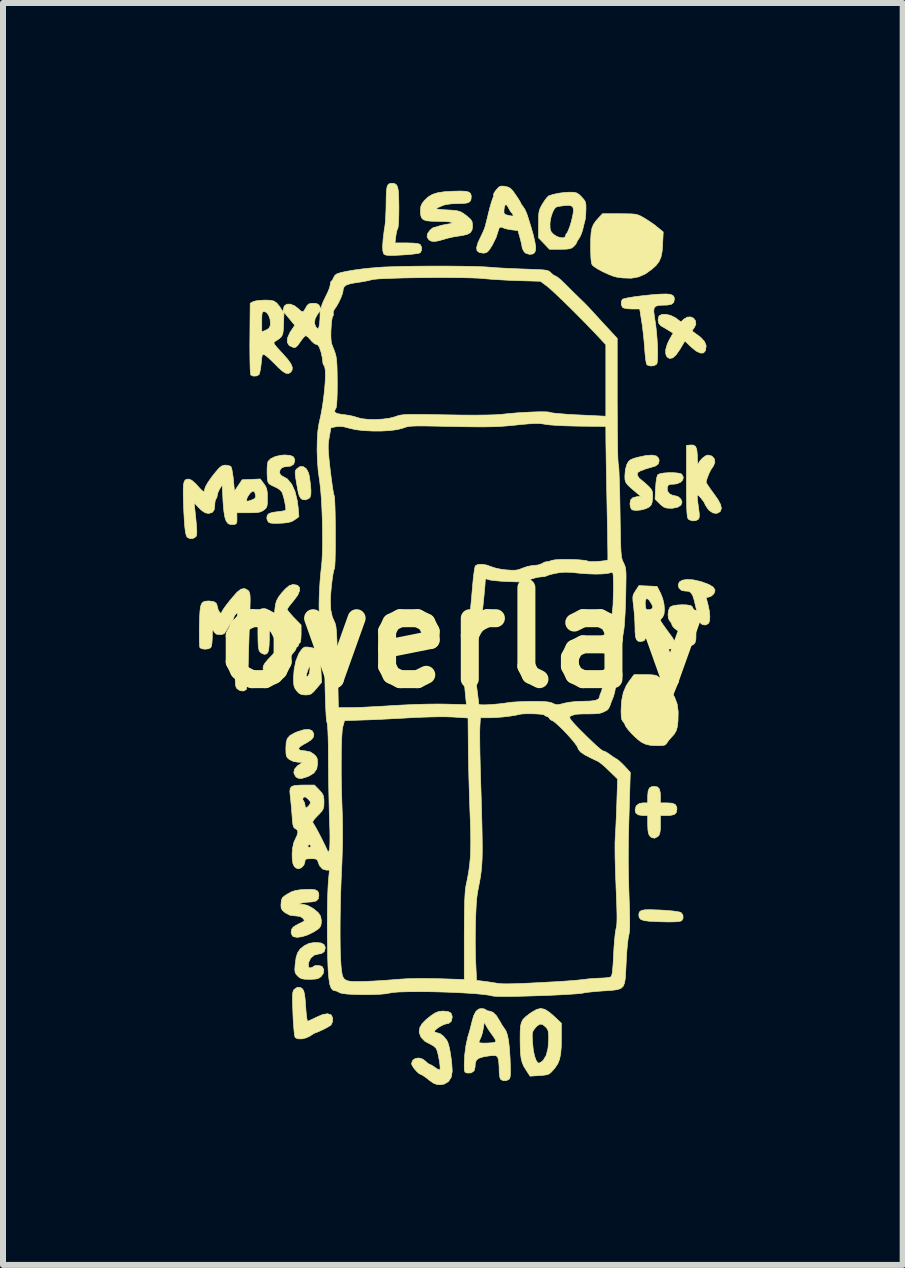
<source format=kicad_pcb>
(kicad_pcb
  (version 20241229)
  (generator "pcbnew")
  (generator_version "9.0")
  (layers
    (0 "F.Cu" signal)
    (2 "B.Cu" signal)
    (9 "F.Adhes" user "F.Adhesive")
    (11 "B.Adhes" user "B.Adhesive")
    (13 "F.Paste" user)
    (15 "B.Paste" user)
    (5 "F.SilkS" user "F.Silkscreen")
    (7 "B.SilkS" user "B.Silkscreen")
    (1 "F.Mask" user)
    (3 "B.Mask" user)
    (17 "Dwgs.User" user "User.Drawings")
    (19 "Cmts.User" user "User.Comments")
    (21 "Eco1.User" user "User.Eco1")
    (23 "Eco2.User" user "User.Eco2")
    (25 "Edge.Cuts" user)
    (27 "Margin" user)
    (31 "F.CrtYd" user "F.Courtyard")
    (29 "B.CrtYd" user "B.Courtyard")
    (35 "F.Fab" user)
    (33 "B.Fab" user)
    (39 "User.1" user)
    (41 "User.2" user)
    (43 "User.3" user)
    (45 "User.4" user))
  (footprint "overlay"
    (layer "F.Cu")
    (at 4.637 7.583)
    (property "Reference" "overlay" (at 0 0 0) (layer "F.SilkS") (effects (font (size 1.524 1.524) (thickness 0.3))))
    (attr through_hole)
    (fp_poly (pts (xy -2.63 -2.854) (xy -2.581 -2.819) (xy -2.545 -2.753) (xy -2.531 -2.699) (xy -2.511 -2.559) (xy -2.503 -2.455) (xy -2.505 -2.384) (xy -2.519 -2.341) (xy -2.529 -2.329) (xy -2.589 -2.299) (xy -2.646 -2.305) (xy -2.675 -2.327) (xy -2.7 -2.372) (xy -2.715 -2.424) (xy -2.738 -2.552) (xy -2.754 -2.645) (xy -2.763 -2.71) (xy -2.766 -2.752) (xy -2.764 -2.779) (xy -2.756 -2.797) (xy -2.744 -2.812) (xy -2.74 -2.817) (xy -2.685 -2.855) (xy -2.63 -2.854)) (stroke (width 0.01) (type solid)) (fill yes) (layer "F.SilkS"))
    (fp_poly (pts (xy 3.279 4.537) (xy 3.327 4.539) (xy 3.438 4.546) (xy 3.536 4.555) (xy 3.612 4.566) (xy 3.658 4.576) (xy 3.665 4.579) (xy 3.698 4.621) (xy 3.701 4.675) (xy 3.679 4.716) (xy 3.644 4.728) (xy 3.57 4.735) (xy 3.462 4.737) (xy 3.323 4.734) (xy 3.156 4.726) (xy 3.144 4.726) (xy 3.053 4.715) (xy 2.997 4.696) (xy 2.969 4.663) (xy 2.963 4.625) (xy 2.967 4.587) (xy 2.983 4.56) (xy 3.017 4.543) (xy 3.073 4.534) (xy 3.159 4.533) (xy 3.279 4.537)) (stroke (width 0.01) (type solid)) (fill yes) (layer "F.SilkS"))
    (fp_poly (pts (xy -3.257 -0.484) (xy -3.233 -0.47) (xy -3.215 -0.44) (xy -3.205 -0.389) (xy -3.199 -0.31) (xy -3.196 -0.199) (xy -3.196 -0.106) (xy -3.197 0.031) (xy -3.201 0.131) (xy -3.208 0.199) (xy -3.221 0.242) (xy -3.24 0.266) (xy -3.266 0.274) (xy -3.282 0.275) (xy -3.322 0.26) (xy -3.352 0.236) (xy -3.366 0.215) (xy -3.375 0.181) (xy -3.382 0.128) (xy -3.385 0.05) (xy -3.387 -0.061) (xy -3.387 -0.119) (xy -3.386 -0.253) (xy -3.382 -0.349) (xy -3.374 -0.415) (xy -3.36 -0.456) (xy -3.339 -0.478) (xy -3.31 -0.486) (xy -3.291 -0.487) (xy -3.257 -0.484)) (stroke (width 0.01) (type solid)) (fill yes) (layer "F.SilkS"))
    (fp_poly (pts (xy 3.616 -2.746) (xy 3.667 -2.734) (xy 3.679 -2.726) (xy 3.705 -2.678) (xy 3.695 -2.631) (xy 3.655 -2.591) (xy 3.591 -2.566) (xy 3.539 -2.561) (xy 3.481 -2.558) (xy 3.452 -2.542) (xy 3.438 -2.508) (xy 3.437 -2.507) (xy 3.441 -2.446) (xy 3.477 -2.398) (xy 3.537 -2.372) (xy 3.556 -2.371) (xy 3.615 -2.355) (xy 3.662 -2.315) (xy 3.683 -2.264) (xy 3.683 -2.261) (xy 3.664 -2.211) (xy 3.609 -2.176) (xy 3.526 -2.16) (xy 3.497 -2.159) (xy 3.427 -2.163) (xy 3.378 -2.18) (xy 3.329 -2.218) (xy 3.311 -2.236) (xy 3.234 -2.313) (xy 3.242 -2.499) (xy 3.25 -2.596) (xy 3.262 -2.672) (xy 3.277 -2.715) (xy 3.279 -2.718) (xy 3.314 -2.735) (xy 3.379 -2.747) (xy 3.459 -2.753) (xy 3.542 -2.753) (xy 3.616 -2.746)) (stroke (width 0.01) (type solid)) (fill yes) (layer "F.SilkS"))
    (fp_poly (pts (xy 3.872 -0.966) (xy 3.993 -0.939) (xy 4.023 -0.929) (xy 4.13 -0.889) (xy 4.197 -0.849) (xy 4.229 -0.807) (xy 4.233 -0.783) (xy 4.216 -0.737) (xy 4.174 -0.697) (xy 4.125 -0.678) (xy 4.121 -0.677) (xy 4.09 -0.675) (xy 4.085 -0.672) (xy 4.091 -0.65) (xy 4.104 -0.6) (xy 4.117 -0.55) (xy 4.139 -0.445) (xy 4.147 -0.351) (xy 4.142 -0.278) (xy 4.123 -0.237) (xy 4.074 -0.213) (xy 4.021 -0.221) (xy 3.986 -0.251) (xy 3.971 -0.288) (xy 3.952 -0.355) (xy 3.93 -0.443) (xy 3.914 -0.51) (xy 3.887 -0.625) (xy 3.862 -0.703) (xy 3.833 -0.75) (xy 3.799 -0.774) (xy 3.754 -0.779) (xy 3.744 -0.778) (xy 3.677 -0.789) (xy 3.633 -0.829) (xy 3.619 -0.88) (xy 3.638 -0.93) (xy 3.69 -0.961) (xy 3.769 -0.973) (xy 3.872 -0.966)) (stroke (width 0.01) (type solid)) (fill yes) (layer "F.SilkS"))
    (fp_poly (pts (xy 2.757 -7.069) (xy 2.84 -7.067) (xy 2.899 -7.062) (xy 2.944 -7.052) (xy 2.986 -7.035) (xy 3.033 -7.01) (xy 3.045 -7.003) (xy 3.131 -6.949) (xy 3.221 -6.887) (xy 3.267 -6.85) (xy 3.37 -6.766) (xy 3.36 -6.563) (xy 3.351 -6.438) (xy 3.332 -6.345) (xy 3.3 -6.272) (xy 3.25 -6.207) (xy 3.179 -6.143) (xy 3.07 -6.065) (xy 2.96 -6.017) (xy 2.839 -5.995) (xy 2.698 -5.999) (xy 2.603 -6.011) (xy 2.538 -6.028) (xy 2.454 -6.061) (xy 2.365 -6.102) (xy 2.282 -6.146) (xy 2.218 -6.188) (xy 2.185 -6.217) (xy 2.172 -6.256) (xy 2.164 -6.333) (xy 2.16 -6.45) (xy 2.159 -6.524) (xy 2.161 -6.656) (xy 2.168 -6.755) (xy 2.182 -6.831) (xy 2.207 -6.892) (xy 2.245 -6.947) (xy 2.293 -7.001) (xy 2.358 -7.07) (xy 2.642 -7.07) (xy 2.757 -7.069)) (stroke (width 0.01) (type solid)) (fill yes) (layer "F.SilkS"))
    (fp_poly (pts (xy 3.273 2.486) (xy 3.306 2.52) (xy 3.321 2.585) (xy 3.323 2.639) (xy 3.323 2.752) (xy 3.435 2.752) (xy 3.521 2.758) (xy 3.572 2.78) (xy 3.595 2.822) (xy 3.598 2.857) (xy 3.588 2.913) (xy 3.554 2.946) (xy 3.49 2.961) (xy 3.435 2.963) (xy 3.323 2.963) (xy 3.323 3.119) (xy 3.321 3.206) (xy 3.312 3.262) (xy 3.296 3.297) (xy 3.284 3.309) (xy 3.228 3.341) (xy 3.176 3.331) (xy 3.147 3.306) (xy 3.126 3.268) (xy 3.115 3.206) (xy 3.111 3.115) (xy 3.111 2.963) (xy 3.031 2.963) (xy 2.954 2.952) (xy 2.911 2.918) (xy 2.901 2.869) (xy 2.919 2.803) (xy 2.969 2.763) (xy 3.034 2.752) (xy 3.111 2.752) (xy 3.111 2.639) (xy 3.118 2.554) (xy 3.14 2.503) (xy 3.182 2.48) (xy 3.217 2.477) (xy 3.273 2.486)) (stroke (width 0.01) (type solid)) (fill yes) (layer "F.SilkS"))
    (fp_poly (pts (xy -2.522 0.159) (xy -2.458 0.172) (xy -2.41 0.187) (xy -2.399 0.193) (xy -2.378 0.228) (xy -2.361 0.297) (xy -2.347 0.401) (xy -2.336 0.545) (xy -2.336 0.556) (xy -2.325 0.742) (xy -2.413 0.847) (xy -2.464 0.905) (xy -2.503 0.937) (xy -2.543 0.95) (xy -2.593 0.953) (xy -2.659 0.947) (xy -2.706 0.922) (xy -2.739 0.887) (xy -2.769 0.845) (xy -2.786 0.801) (xy -2.793 0.739) (xy -2.794 0.677) (xy -2.792 0.642) (xy -2.58 0.642) (xy -2.563 0.644) (xy -2.551 0.635) (xy -2.529 0.595) (xy -2.52 0.534) (xy -2.52 0.532) (xy -2.522 0.455) (xy -2.551 0.529) (xy -2.576 0.604) (xy -2.58 0.642) (xy -2.792 0.642) (xy -2.783 0.525) (xy -2.754 0.385) (xy -2.708 0.269) (xy -2.675 0.218) (xy -2.638 0.173) (xy -2.606 0.154) (xy -2.559 0.154) (xy -2.522 0.159)) (stroke (width 0.01) (type solid)) (fill yes) (layer "F.SilkS"))
    (fp_poly (pts (xy -2.338 5.087) (xy -2.287 5.112) (xy -2.266 5.156) (xy -2.265 5.175) (xy -2.282 5.233) (xy -2.331 5.265) (xy -2.372 5.271) (xy -2.448 5.29) (xy -2.508 5.341) (xy -2.542 5.414) (xy -2.544 5.429) (xy -2.546 5.48) (xy -2.532 5.501) (xy -2.516 5.503) (xy -2.477 5.493) (xy -2.466 5.482) (xy -2.434 5.465) (xy -2.384 5.462) (xy -2.333 5.473) (xy -2.311 5.486) (xy -2.288 5.537) (xy -2.298 5.597) (xy -2.335 5.648) (xy -2.371 5.674) (xy -2.416 5.688) (xy -2.485 5.693) (xy -2.526 5.694) (xy -2.607 5.692) (xy -2.659 5.683) (xy -2.696 5.664) (xy -2.724 5.639) (xy -2.753 5.606) (xy -2.768 5.573) (xy -2.772 5.527) (xy -2.767 5.454) (xy -2.766 5.443) (xy -2.751 5.331) (xy -2.725 5.25) (xy -2.683 5.189) (xy -2.62 5.138) (xy -2.615 5.134) (xy -2.534 5.094) (xy -2.443 5.08) (xy -2.424 5.08) (xy -2.338 5.087)) (stroke (width 0.01) (type solid)) (fill yes) (layer "F.SilkS"))
    (fp_poly (pts (xy 3.492 -5.375) (xy 3.567 -5.339) (xy 3.589 -5.324) (xy 3.665 -5.266) (xy 3.712 -5.311) (xy 3.772 -5.347) (xy 3.831 -5.349) (xy 3.879 -5.325) (xy 3.909 -5.282) (xy 3.914 -5.227) (xy 3.886 -5.167) (xy 3.879 -5.159) (xy 3.855 -5.128) (xy 3.862 -5.106) (xy 3.894 -5.083) (xy 3.994 -5.009) (xy 4.056 -4.942) (xy 4.083 -4.88) (xy 4.085 -4.86) (xy 4.074 -4.787) (xy 4.041 -4.749) (xy 3.989 -4.747) (xy 3.919 -4.78) (xy 3.839 -4.845) (xy 3.731 -4.948) (xy 3.647 -4.807) (xy 3.584 -4.716) (xy 3.527 -4.666) (xy 3.475 -4.657) (xy 3.434 -4.681) (xy 3.411 -4.733) (xy 3.412 -4.808) (xy 3.438 -4.898) (xy 3.471 -4.967) (xy 3.535 -5.079) (xy 3.455 -5.128) (xy 3.396 -5.164) (xy 3.344 -5.194) (xy 3.334 -5.199) (xy 3.298 -5.239) (xy 3.284 -5.298) (xy 3.295 -5.355) (xy 3.305 -5.369) (xy 3.349 -5.392) (xy 3.415 -5.393) (xy 3.492 -5.375)) (stroke (width 0.01) (type solid)) (fill yes) (layer "F.SilkS"))
    (fp_poly (pts (xy -2.486 1.547) (xy -2.458 1.595) (xy -2.455 1.62) (xy -2.465 1.66) (xy -2.497 1.698) (xy -2.558 1.74) (xy -2.629 1.779) (xy -2.69 1.818) (xy -2.709 1.85) (xy -2.688 1.873) (xy -2.626 1.883) (xy -2.603 1.884) (xy -2.515 1.902) (xy -2.457 1.939) (xy -2.415 1.98) (xy -2.396 2.025) (xy -2.392 2.092) (xy -2.392 2.094) (xy -2.406 2.184) (xy -2.453 2.253) (xy -2.535 2.305) (xy -2.577 2.321) (xy -2.654 2.344) (xy -2.705 2.345) (xy -2.744 2.326) (xy -2.761 2.309) (xy -2.789 2.251) (xy -2.778 2.191) (xy -2.728 2.134) (xy -2.711 2.123) (xy -2.64 2.074) (xy -2.719 2.074) (xy -2.799 2.06) (xy -2.86 2.031) (xy -2.892 2.004) (xy -2.911 1.975) (xy -2.919 1.931) (xy -2.921 1.859) (xy -2.921 1.842) (xy -2.916 1.745) (xy -2.896 1.678) (xy -2.854 1.63) (xy -2.782 1.589) (xy -2.737 1.569) (xy -2.628 1.534) (xy -2.543 1.526) (xy -2.486 1.547)) (stroke (width 0.01) (type solid)) (fill yes) (layer "F.SilkS"))
    (fp_poly (pts (xy -2.674 5.831) (xy -2.64 5.858) (xy -2.623 5.89) (xy -2.609 5.948) (xy -2.599 6.037) (xy -2.591 6.144) (xy -2.584 6.241) (xy -2.575 6.32) (xy -2.567 6.373) (xy -2.559 6.392) (xy -2.533 6.383) (xy -2.481 6.359) (xy -2.42 6.329) (xy -2.31 6.281) (xy -2.227 6.267) (xy -2.17 6.285) (xy -2.163 6.291) (xy -2.141 6.339) (xy -2.143 6.4) (xy -2.167 6.452) (xy -2.175 6.46) (xy -2.21 6.483) (xy -2.266 6.514) (xy -2.33 6.545) (xy -2.386 6.57) (xy -2.422 6.583) (xy -2.424 6.583) (xy -2.448 6.594) (xy -2.492 6.621) (xy -2.514 6.636) (xy -2.584 6.67) (xy -2.659 6.687) (xy -2.724 6.685) (xy -2.767 6.663) (xy -2.767 6.662) (xy -2.775 6.633) (xy -2.783 6.569) (xy -2.791 6.478) (xy -2.799 6.367) (xy -2.803 6.269) (xy -2.808 6.134) (xy -2.811 6.035) (xy -2.81 5.966) (xy -2.806 5.919) (xy -2.799 5.889) (xy -2.787 5.868) (xy -2.781 5.861) (xy -2.728 5.825) (xy -2.674 5.831)) (stroke (width 0.01) (type solid)) (fill yes) (layer "F.SilkS"))
    (fp_poly (pts (xy 3.758 -0.549) (xy 3.82 -0.539) (xy 3.848 -0.525) (xy 3.875 -0.474) (xy 3.868 -0.421) (xy 3.833 -0.378) (xy 3.778 -0.36) (xy 3.774 -0.36) (xy 3.734 -0.349) (xy 3.729 -0.326) (xy 3.762 -0.303) (xy 3.762 -0.303) (xy 3.802 -0.28) (xy 3.852 -0.242) (xy 3.858 -0.236) (xy 3.89 -0.201) (xy 3.908 -0.163) (xy 3.915 -0.107) (xy 3.916 -0.05) (xy 3.914 0.026) (xy 3.904 0.073) (xy 3.885 0.102) (xy 3.869 0.115) (xy 3.812 0.139) (xy 3.743 0.147) (xy 3.68 0.139) (xy 3.642 0.118) (xy 3.622 0.065) (xy 3.635 0.01) (xy 3.674 -0.03) (xy 3.678 -0.031) (xy 3.718 -0.056) (xy 3.717 -0.075) (xy 3.674 -0.093) (xy 3.667 -0.095) (xy 3.611 -0.119) (xy 3.558 -0.158) (xy 3.522 -0.199) (xy 3.514 -0.223) (xy 3.499 -0.257) (xy 3.482 -0.275) (xy 3.458 -0.319) (xy 3.45 -0.383) (xy 3.457 -0.451) (xy 3.48 -0.505) (xy 3.489 -0.515) (xy 3.531 -0.534) (xy 3.599 -0.546) (xy 3.68 -0.551) (xy 3.758 -0.549)) (stroke (width 0.01) (type solid)) (fill yes) (layer "F.SilkS"))
    (fp_poly (pts (xy -1.112 -7.573) (xy -1.082 -7.556) (xy -1.061 -7.521) (xy -1.048 -7.462) (xy -1.041 -7.375) (xy -1.038 -7.253) (xy -1.037 -7.173) (xy -1.038 -7.058) (xy -1.041 -6.959) (xy -1.046 -6.882) (xy -1.052 -6.835) (xy -1.056 -6.825) (xy -1.069 -6.794) (xy -1.082 -6.736) (xy -1.088 -6.694) (xy -1.102 -6.583) (xy -0.905 -6.583) (xy -0.796 -6.58) (xy -0.721 -6.572) (xy -0.682 -6.558) (xy -0.682 -6.557) (xy -0.659 -6.512) (xy -0.661 -6.457) (xy -0.683 -6.418) (xy -0.713 -6.409) (xy -0.776 -6.4) (xy -0.865 -6.39) (xy -0.968 -6.383) (xy -0.985 -6.382) (xy -1.1 -6.376) (xy -1.18 -6.374) (xy -1.233 -6.377) (xy -1.265 -6.384) (xy -1.285 -6.396) (xy -1.29 -6.401) (xy -1.304 -6.446) (xy -1.308 -6.527) (xy -1.3 -6.644) (xy -1.282 -6.791) (xy -1.271 -6.858) (xy -1.263 -6.925) (xy -1.257 -7.022) (xy -1.252 -7.135) (xy -1.25 -7.251) (xy -1.248 -7.376) (xy -1.243 -7.465) (xy -1.233 -7.523) (xy -1.215 -7.557) (xy -1.189 -7.574) (xy -1.153 -7.578) (xy -1.112 -7.573)) (stroke (width 0.01) (type solid)) (fill yes) (layer "F.SilkS"))
    (fp_poly (pts (xy 3.168 0.616) (xy 3.233 0.623) (xy 3.27 0.636) (xy 3.281 0.646) (xy 3.321 0.673) (xy 3.344 0.677) (xy 3.389 0.695) (xy 3.43 0.735) (xy 3.45 0.781) (xy 3.45 0.785) (xy 3.462 0.824) (xy 3.485 0.866) (xy 3.56 0.99) (xy 3.603 1.106) (xy 3.619 1.231) (xy 3.619 1.259) (xy 3.616 1.386) (xy 3.606 1.48) (xy 3.586 1.55) (xy 3.554 1.605) (xy 3.523 1.64) (xy 3.476 1.692) (xy 3.438 1.741) (xy 3.431 1.754) (xy 3.413 1.778) (xy 3.386 1.791) (xy 3.338 1.797) (xy 3.259 1.797) (xy 3.254 1.797) (xy 3.158 1.792) (xy 3.087 1.778) (xy 3.025 1.75) (xy 3.011 1.743) (xy 2.96 1.706) (xy 2.899 1.652) (xy 2.837 1.59) (xy 2.783 1.529) (xy 2.745 1.477) (xy 2.731 1.445) (xy 2.716 1.415) (xy 2.699 1.397) (xy 2.68 1.366) (xy 2.67 1.306) (xy 2.667 1.216) (xy 2.676 1.051) (xy 2.704 0.914) (xy 2.753 0.798) (xy 2.801 0.725) (xy 2.884 0.614) (xy 3.069 0.614) (xy 3.168 0.616)) (stroke (width 0.01) (type solid)) (fill yes) (layer "F.SilkS"))
    (fp_poly (pts (xy 3.489 -5.726) (xy 3.532 -5.707) (xy 3.552 -5.676) (xy 3.556 -5.643) (xy 3.545 -5.592) (xy 3.508 -5.561) (xy 3.44 -5.547) (xy 3.386 -5.546) (xy 3.3 -5.543) (xy 3.245 -5.528) (xy 3.218 -5.496) (xy 3.212 -5.439) (xy 3.224 -5.35) (xy 3.228 -5.323) (xy 3.245 -5.215) (xy 3.258 -5.095) (xy 3.268 -4.97) (xy 3.275 -4.849) (xy 3.277 -4.739) (xy 3.275 -4.649) (xy 3.269 -4.586) (xy 3.26 -4.562) (xy 3.218 -4.537) (xy 3.161 -4.531) (xy 3.111 -4.544) (xy 3.096 -4.556) (xy 3.086 -4.587) (xy 3.076 -4.65) (xy 3.067 -4.736) (xy 3.061 -4.815) (xy 3.051 -4.942) (xy 3.036 -5.084) (xy 3.02 -5.216) (xy 3.012 -5.265) (xy 2.978 -5.482) (xy 2.848 -5.482) (xy 2.773 -5.486) (xy 2.716 -5.497) (xy 2.692 -5.508) (xy 2.671 -5.551) (xy 2.67 -5.603) (xy 2.689 -5.642) (xy 2.693 -5.645) (xy 2.729 -5.657) (xy 2.798 -5.671) (xy 2.892 -5.686) (xy 3.002 -5.7) (xy 3.119 -5.713) (xy 3.235 -5.724) (xy 3.309 -5.729) (xy 3.417 -5.732) (xy 3.489 -5.726)) (stroke (width 0.01) (type solid)) (fill yes) (layer "F.SilkS"))
    (fp_poly (pts (xy 3.256 -3.031) (xy 3.294 -2.993) (xy 3.302 -2.951) (xy 3.288 -2.899) (xy 3.241 -2.864) (xy 3.185 -2.847) (xy 3.079 -2.816) (xy 3.048 -2.804) (xy 3.022 -2.794) (xy 2.992 -2.784) (xy 2.945 -2.755) (xy 2.937 -2.713) (xy 2.967 -2.664) (xy 3.003 -2.633) (xy 3.067 -2.58) (xy 3.128 -2.524) (xy 3.139 -2.513) (xy 3.174 -2.471) (xy 3.19 -2.429) (xy 3.193 -2.37) (xy 3.192 -2.333) (xy 3.185 -2.26) (xy 3.169 -2.215) (xy 3.139 -2.183) (xy 3.133 -2.179) (xy 3.076 -2.151) (xy 3.004 -2.132) (xy 2.93 -2.124) (xy 2.87 -2.128) (xy 2.842 -2.141) (xy 2.823 -2.18) (xy 2.815 -2.235) (xy 2.826 -2.299) (xy 2.864 -2.336) (xy 2.932 -2.353) (xy 2.995 -2.36) (xy 2.944 -2.402) (xy 2.857 -2.475) (xy 2.798 -2.528) (xy 2.761 -2.568) (xy 2.741 -2.603) (xy 2.732 -2.641) (xy 2.731 -2.688) (xy 2.731 -2.707) (xy 2.739 -2.804) (xy 2.762 -2.886) (xy 2.768 -2.899) (xy 2.793 -2.941) (xy 2.826 -2.969) (xy 2.879 -2.991) (xy 2.942 -3.009) (xy 3.081 -3.039) (xy 3.185 -3.046) (xy 3.256 -3.031)) (stroke (width 0.01) (type solid)) (fill yes) (layer "F.SilkS"))
    (fp_poly (pts (xy -2.85 -3.041) (xy -2.798 -3.019) (xy -2.775 -2.978) (xy -2.773 -2.953) (xy -2.79 -2.895) (xy -2.839 -2.863) (xy -2.884 -2.857) (xy -2.945 -2.85) (xy -2.986 -2.836) (xy -3.018 -2.8) (xy -3.026 -2.753) (xy -3.008 -2.713) (xy -2.986 -2.699) (xy -2.897 -2.649) (xy -2.824 -2.561) (xy -2.768 -2.438) (xy -2.73 -2.281) (xy -2.716 -2.168) (xy -2.704 -2.018) (xy -2.774 -1.968) (xy -2.821 -1.94) (xy -2.878 -1.923) (xy -2.957 -1.913) (xy -3.015 -1.91) (xy -3.114 -1.907) (xy -3.178 -1.913) (xy -3.211 -1.928) (xy -3.212 -1.928) (xy -3.234 -1.971) (xy -3.239 -2.002) (xy -3.23 -2.045) (xy -3.2 -2.073) (xy -3.141 -2.091) (xy -3.062 -2.102) (xy -2.993 -2.11) (xy -2.943 -2.12) (xy -2.925 -2.127) (xy -2.922 -2.153) (xy -2.929 -2.208) (xy -2.942 -2.277) (xy -2.959 -2.347) (xy -2.977 -2.406) (xy -2.991 -2.437) (xy -3.027 -2.472) (xy -3.081 -2.505) (xy -3.09 -2.509) (xy -3.158 -2.54) (xy -3.2 -2.567) (xy -3.221 -2.6) (xy -3.23 -2.653) (xy -3.234 -2.735) (xy -3.234 -2.738) (xy -3.234 -2.821) (xy -3.229 -2.892) (xy -3.22 -2.936) (xy -3.219 -2.939) (xy -3.172 -2.987) (xy -3.095 -3.023) (xy -2.998 -3.044) (xy -2.938 -3.048) (xy -2.85 -3.041)) (stroke (width 0.01) (type solid)) (fill yes) (layer "F.SilkS"))
    (fp_poly (pts (xy -2.434 4.201) (xy -2.392 4.222) (xy -2.374 4.26) (xy -2.371 4.295) (xy -2.382 4.354) (xy -2.418 4.388) (xy -2.487 4.403) (xy -2.518 4.405) (xy -2.59 4.41) (xy -2.653 4.42) (xy -2.667 4.424) (xy -2.696 4.435) (xy -2.691 4.44) (xy -2.647 4.443) (xy -2.641 4.443) (xy -2.562 4.46) (xy -2.473 4.509) (xy -2.455 4.521) (xy -2.383 4.581) (xy -2.343 4.639) (xy -2.33 4.708) (xy -2.332 4.764) (xy -2.341 4.805) (xy -2.363 4.838) (xy -2.407 4.872) (xy -2.465 4.908) (xy -2.56 4.954) (xy -2.653 4.983) (xy -2.734 4.994) (xy -2.793 4.983) (xy -2.81 4.972) (xy -2.834 4.92) (xy -2.827 4.862) (xy -2.799 4.823) (xy -2.756 4.795) (xy -2.696 4.763) (xy -2.68 4.756) (xy -2.63 4.731) (xy -2.613 4.713) (xy -2.623 4.692) (xy -2.636 4.677) (xy -2.683 4.646) (xy -2.758 4.636) (xy -2.769 4.636) (xy -2.857 4.624) (xy -2.933 4.583) (xy -2.936 4.581) (xy -2.98 4.542) (xy -3 4.505) (xy -3.003 4.451) (xy -3.001 4.429) (xy -2.995 4.372) (xy -2.979 4.334) (xy -2.944 4.303) (xy -2.889 4.268) (xy -2.825 4.234) (xy -2.762 4.213) (xy -2.684 4.201) (xy -2.609 4.196) (xy -2.504 4.193) (xy -2.434 4.201)) (stroke (width 0.01) (type solid)) (fill yes) (layer "F.SilkS"))
    (fp_poly (pts (xy 1.396 6.194) (xy 1.471 6.242) (xy 1.542 6.303) (xy 1.672 6.425) (xy 1.672 6.674) (xy 1.67 6.822) (xy 1.66 6.936) (xy 1.642 7.025) (xy 1.614 7.097) (xy 1.572 7.162) (xy 1.546 7.194) (xy 1.502 7.242) (xy 1.467 7.271) (xy 1.425 7.286) (xy 1.363 7.294) (xy 1.308 7.298) (xy 1.15 7.308) (xy 1.084 7.207) (xy 1.046 7.146) (xy 1.02 7.086) (xy 1.002 7.019) (xy 0.991 6.937) (xy 0.986 6.83) (xy 0.984 6.69) (xy 0.984 6.685) (xy 0.985 6.613) (xy 1.186 6.613) (xy 1.187 6.675) (xy 1.192 6.754) (xy 1.204 6.875) (xy 1.225 6.974) (xy 1.251 7.046) (xy 1.281 7.086) (xy 1.297 7.091) (xy 1.331 7.076) (xy 1.37 7.043) (xy 1.419 6.961) (xy 1.449 6.843) (xy 1.46 6.691) (xy 1.46 6.682) (xy 1.458 6.601) (xy 1.45 6.549) (xy 1.431 6.512) (xy 1.409 6.487) (xy 1.357 6.445) (xy 1.312 6.441) (xy 1.265 6.473) (xy 1.237 6.503) (xy 1.21 6.539) (xy 1.193 6.571) (xy 1.186 6.613) (xy 0.985 6.613) (xy 0.985 6.564) (xy 0.991 6.476) (xy 1.006 6.411) (xy 1.033 6.361) (xy 1.078 6.316) (xy 1.143 6.266) (xy 1.179 6.242) (xy 1.258 6.196) (xy 1.328 6.179) (xy 1.396 6.194)) (stroke (width 0.01) (type solid)) (fill yes) (layer "F.SilkS"))
    (fp_poly (pts (xy -2.73 -0.877) (xy -2.694 -0.841) (xy -2.692 -0.785) (xy -2.723 -0.711) (xy -2.789 -0.622) (xy -2.794 -0.616) (xy -2.845 -0.555) (xy -2.882 -0.505) (xy -2.899 -0.476) (xy -2.9 -0.474) (xy -2.886 -0.45) (xy -2.849 -0.405) (xy -2.797 -0.347) (xy -2.783 -0.333) (xy -2.667 -0.213) (xy -2.667 -0.064) (xy -2.67 0.012) (xy -2.677 0.065) (xy -2.688 0.085) (xy -2.688 0.085) (xy -2.707 0.102) (xy -2.709 0.116) (xy -2.721 0.145) (xy -2.731 0.148) (xy -2.749 0.165) (xy -2.752 0.183) (xy -2.766 0.21) (xy -2.805 0.26) (xy -2.862 0.327) (xy -2.933 0.403) (xy -2.946 0.416) (xy -3.042 0.51) (xy -3.117 0.574) (xy -3.176 0.609) (xy -3.222 0.617) (xy -3.26 0.603) (xy -3.277 0.588) (xy -3.295 0.55) (xy -3.302 0.503) (xy -3.295 0.466) (xy -3.27 0.423) (xy -3.222 0.364) (xy -3.147 0.286) (xy -3.141 0.279) (xy -3.067 0.201) (xy -2.997 0.124) (xy -2.941 0.057) (xy -2.918 0.027) (xy -2.884 -0.028) (xy -2.872 -0.072) (xy -2.885 -0.114) (xy -2.925 -0.162) (xy -2.996 -0.225) (xy -3.008 -0.235) (xy -3.117 -0.326) (xy -3.105 -0.47) (xy -3.095 -0.553) (xy -3.076 -0.619) (xy -3.042 -0.681) (xy -2.989 -0.75) (xy -2.928 -0.817) (xy -2.863 -0.871) (xy -2.801 -0.889) (xy -2.8 -0.889) (xy -2.73 -0.877)) (stroke (width 0.01) (type solid)) (fill yes) (layer "F.SilkS"))
    (fp_poly (pts (xy 3.872 -3.213) (xy 3.909 -3.19) (xy 3.929 -3.14) (xy 3.938 -3.056) (xy 3.939 -3.019) (xy 3.941 -2.951) (xy 3.945 -2.908) (xy 3.951 -2.898) (xy 3.952 -2.9) (xy 3.982 -2.95) (xy 4.029 -3) (xy 4.08 -3.036) (xy 4.116 -3.047) (xy 4.181 -3.03) (xy 4.221 -2.986) (xy 4.231 -2.927) (xy 4.207 -2.864) (xy 4.195 -2.848) (xy 4.166 -2.805) (xy 4.134 -2.741) (xy 4.106 -2.671) (xy 4.088 -2.613) (xy 4.085 -2.592) (xy 4.097 -2.568) (xy 4.13 -2.518) (xy 4.177 -2.451) (xy 4.212 -2.404) (xy 4.285 -2.3) (xy 4.327 -2.22) (xy 4.339 -2.158) (xy 4.324 -2.112) (xy 4.314 -2.1) (xy 4.261 -2.073) (xy 4.199 -2.082) (xy 4.138 -2.122) (xy 4.118 -2.145) (xy 4.084 -2.194) (xy 4.065 -2.229) (xy 4.063 -2.235) (xy 4.05 -2.262) (xy 4.017 -2.306) (xy 4 -2.328) (xy 3.962 -2.37) (xy 3.943 -2.383) (xy 3.937 -2.368) (xy 3.937 -2.353) (xy 3.94 -2.308) (xy 3.949 -2.237) (xy 3.96 -2.157) (xy 3.971 -2.07) (xy 3.971 -2.015) (xy 3.961 -1.983) (xy 3.957 -1.978) (xy 3.912 -1.953) (xy 3.853 -1.95) (xy 3.8 -1.97) (xy 3.786 -1.982) (xy 3.777 -2.001) (xy 3.77 -2.037) (xy 3.765 -2.093) (xy 3.761 -2.175) (xy 3.759 -2.287) (xy 3.757 -2.432) (xy 3.757 -2.612) (xy 3.757 -3.207) (xy 3.817 -3.214) (xy 3.872 -3.213)) (stroke (width 0.01) (type solid)) (fill yes) (layer "F.SilkS"))
    (fp_poly (pts (xy 3.267 -0.857) (xy 3.327 -0.741) (xy 3.361 -0.655) (xy 3.383 -0.56) (xy 3.39 -0.469) (xy 3.383 -0.393) (xy 3.36 -0.343) (xy 3.355 -0.339) (xy 3.328 -0.307) (xy 3.323 -0.291) (xy 3.335 -0.267) (xy 3.368 -0.217) (xy 3.416 -0.15) (xy 3.451 -0.102) (xy 3.516 -0.014) (xy 3.555 0.05) (xy 3.572 0.096) (xy 3.573 0.123) (xy 3.562 0.162) (xy 3.532 0.18) (xy 3.491 0.186) (xy 3.449 0.187) (xy 3.416 0.176) (xy 3.383 0.146) (xy 3.339 0.09) (xy 3.323 0.07) (xy 3.246 -0.03) (xy 3.182 -0.106) (xy 3.135 -0.154) (xy 3.108 -0.169) (xy 3.097 -0.15) (xy 3.091 -0.103) (xy 3.09 -0.078) (xy 3.081 0.002) (xy 3.051 0.048) (xy 2.998 0.063) (xy 2.995 0.064) (xy 2.951 0.056) (xy 2.923 0.029) (xy 2.907 -0.023) (xy 2.9 -0.108) (xy 2.9 -0.158) (xy 2.897 -0.265) (xy 2.889 -0.389) (xy 2.878 -0.505) (xy 2.877 -0.515) (xy 2.869 -0.584) (xy 3.069 -0.584) (xy 3.075 -0.511) (xy 3.09 -0.461) (xy 3.11 -0.445) (xy 3.137 -0.456) (xy 3.166 -0.475) (xy 3.191 -0.496) (xy 3.195 -0.518) (xy 3.18 -0.556) (xy 3.166 -0.581) (xy 3.128 -0.637) (xy 3.097 -0.655) (xy 3.076 -0.635) (xy 3.069 -0.584) (xy 2.869 -0.584) (xy 2.866 -0.605) (xy 2.863 -0.664) (xy 2.867 -0.706) (xy 2.882 -0.741) (xy 2.907 -0.782) (xy 2.91 -0.786) (xy 2.965 -0.87) (xy 3.267 -0.857)) (stroke (width 0.01) (type solid)) (fill yes) (layer "F.SilkS"))
    (fp_poly (pts (xy -0.217 6.231) (xy -0.169 6.256) (xy -0.15 6.305) (xy -0.148 6.329) (xy -0.164 6.394) (xy -0.207 6.429) (xy -0.243 6.435) (xy -0.284 6.446) (xy -0.339 6.473) (xy -0.392 6.507) (xy -0.432 6.541) (xy -0.445 6.562) (xy -0.427 6.579) (xy -0.405 6.583) (xy -0.349 6.6) (xy -0.29 6.646) (xy -0.239 6.709) (xy -0.224 6.737) (xy -0.204 6.798) (xy -0.185 6.888) (xy -0.168 6.995) (xy -0.155 7.104) (xy -0.149 7.204) (xy -0.148 7.228) (xy -0.165 7.327) (xy -0.211 7.399) (xy -0.283 7.441) (xy -0.349 7.451) (xy -0.409 7.445) (xy -0.462 7.424) (xy -0.524 7.381) (xy -0.542 7.366) (xy -0.599 7.322) (xy -0.645 7.291) (xy -0.668 7.281) (xy -0.701 7.265) (xy -0.744 7.225) (xy -0.787 7.175) (xy -0.817 7.127) (xy -0.826 7.099) (xy -0.809 7.046) (xy -0.765 7.014) (xy -0.706 7.005) (xy -0.643 7.022) (xy -0.593 7.059) (xy -0.553 7.095) (xy -0.524 7.112) (xy -0.522 7.112) (xy -0.494 7.124) (xy -0.447 7.154) (xy -0.432 7.165) (xy -0.387 7.194) (xy -0.358 7.204) (xy -0.353 7.202) (xy -0.349 7.169) (xy -0.354 7.107) (xy -0.366 7.031) (xy -0.381 6.954) (xy -0.398 6.888) (xy -0.415 6.847) (xy -0.415 6.846) (xy -0.458 6.805) (xy -0.514 6.774) (xy -0.603 6.727) (xy -0.667 6.661) (xy -0.697 6.585) (xy -0.698 6.563) (xy -0.688 6.499) (xy -0.653 6.437) (xy -0.589 6.37) (xy -0.501 6.299) (xy -0.431 6.253) (xy -0.372 6.23) (xy -0.305 6.223) (xy -0.299 6.223) (xy -0.217 6.231)) (stroke (width 0.01) (type solid)) (fill yes) (layer "F.SilkS"))
    (fp_poly (pts (xy 0.072 -7.444) (xy 0.125 -7.432) (xy 0.155 -7.41) (xy 0.168 -7.376) (xy 0.169 -7.346) (xy 0.163 -7.298) (xy 0.141 -7.267) (xy 0.095 -7.248) (xy 0.02 -7.24) (xy -0.056 -7.239) (xy -0.163 -7.235) (xy -0.251 -7.223) (xy -0.301 -7.209) (xy -0.361 -7.183) (xy -0.411 -7.163) (xy -0.413 -7.162) (xy -0.415 -7.153) (xy -0.376 -7.145) (xy -0.3 -7.137) (xy -0.243 -7.134) (xy -0.142 -7.128) (xy -0.071 -7.12) (xy -0.019 -7.106) (xy 0.027 -7.083) (xy 0.077 -7.047) (xy 0.111 -7.02) (xy 0.161 -6.975) (xy 0.184 -6.934) (xy 0.19 -6.877) (xy 0.191 -6.866) (xy 0.183 -6.8) (xy 0.155 -6.755) (xy 0.102 -6.725) (xy 0.015 -6.706) (xy -0.031 -6.699) (xy -0.127 -6.684) (xy -0.231 -6.66) (xy -0.285 -6.644) (xy -0.381 -6.617) (xy -0.449 -6.607) (xy -0.497 -6.613) (xy -0.534 -6.633) (xy -0.567 -6.68) (xy -0.561 -6.736) (xy -0.517 -6.796) (xy -0.517 -6.796) (xy -0.48 -6.828) (xy -0.46 -6.841) (xy -0.459 -6.841) (xy -0.439 -6.843) (xy -0.396 -6.856) (xy -0.393 -6.857) (xy -0.331 -6.876) (xy -0.256 -6.891) (xy -0.24 -6.894) (xy -0.174 -6.905) (xy -0.149 -6.917) (xy -0.161 -6.927) (xy -0.208 -6.936) (xy -0.287 -6.941) (xy -0.378 -6.943) (xy -0.496 -6.945) (xy -0.579 -6.953) (xy -0.632 -6.973) (xy -0.662 -7.006) (xy -0.675 -7.057) (xy -0.677 -7.119) (xy -0.672 -7.19) (xy -0.648 -7.244) (xy -0.608 -7.295) (xy -0.547 -7.351) (xy -0.478 -7.392) (xy -0.393 -7.419) (xy -0.284 -7.436) (xy -0.142 -7.445) (xy -0.131 -7.445) (xy -0.012 -7.448) (xy 0.072 -7.444)) (stroke (width 0.01) (type solid)) (fill yes) (layer "F.SilkS"))
    (fp_poly (pts (xy 1.885 -7.427) (xy 1.933 -7.414) (xy 1.974 -7.385) (xy 2.009 -7.35) (xy 2.05 -7.303) (xy 2.073 -7.264) (xy 2.081 -7.216) (xy 2.082 -7.144) (xy 2.081 -7.133) (xy 2.078 -7.056) (xy 2.073 -6.994) (xy 2.067 -6.964) (xy 2.057 -6.926) (xy 2.041 -6.863) (xy 2.032 -6.821) (xy 2.01 -6.747) (xy 1.981 -6.682) (xy 1.966 -6.659) (xy 1.938 -6.617) (xy 1.926 -6.588) (xy 1.912 -6.562) (xy 1.878 -6.524) (xy 1.877 -6.523) (xy 1.847 -6.5) (xy 1.809 -6.486) (xy 1.753 -6.479) (xy 1.667 -6.477) (xy 1.651 -6.477) (xy 1.474 -6.477) (xy 1.383 -6.573) (xy 1.291 -6.668) (xy 1.291 -6.892) (xy 1.482 -6.892) (xy 1.484 -6.822) (xy 1.497 -6.777) (xy 1.526 -6.741) (xy 1.547 -6.722) (xy 1.598 -6.69) (xy 1.655 -6.671) (xy 1.704 -6.668) (xy 1.732 -6.681) (xy 1.736 -6.692) (xy 1.749 -6.727) (xy 1.768 -6.752) (xy 1.787 -6.789) (xy 1.812 -6.854) (xy 1.837 -6.936) (xy 1.843 -6.959) (xy 1.867 -7.067) (xy 1.874 -7.141) (xy 1.86 -7.186) (xy 1.824 -7.207) (xy 1.764 -7.209) (xy 1.729 -7.206) (xy 1.662 -7.197) (xy 1.61 -7.189) (xy 1.594 -7.185) (xy 1.559 -7.156) (xy 1.526 -7.096) (xy 1.5 -7.018) (xy 1.484 -6.934) (xy 1.482 -6.892) (xy 1.291 -6.892) (xy 1.291 -6.896) (xy 1.292 -6.999) (xy 1.295 -7.07) (xy 1.304 -7.122) (xy 1.32 -7.166) (xy 1.346 -7.214) (xy 1.36 -7.238) (xy 1.401 -7.301) (xy 1.439 -7.348) (xy 1.46 -7.367) (xy 1.531 -7.391) (xy 1.628 -7.412) (xy 1.732 -7.425) (xy 1.813 -7.429) (xy 1.885 -7.427)) (stroke (width 0.01) (type solid)) (fill yes) (layer "F.SilkS"))
    (fp_poly (pts (xy 0.387 6.187) (xy 0.413 6.202) (xy 0.442 6.219) (xy 0.474 6.223) (xy 0.531 6.243) (xy 0.59 6.301) (xy 0.646 6.392) (xy 0.68 6.453) (xy 0.715 6.504) (xy 0.719 6.509) (xy 0.749 6.555) (xy 0.772 6.62) (xy 0.79 6.708) (xy 0.804 6.825) (xy 0.815 6.978) (xy 0.817 7.021) (xy 0.822 7.15) (xy 0.823 7.242) (xy 0.82 7.304) (xy 0.812 7.341) (xy 0.805 7.355) (xy 0.758 7.382) (xy 0.701 7.383) (xy 0.66 7.362) (xy 0.646 7.328) (xy 0.637 7.267) (xy 0.635 7.216) (xy 0.633 7.136) (xy 0.627 7.062) (xy 0.622 7.03) (xy 0.607 6.984) (xy 0.577 6.966) (xy 0.539 6.964) (xy 0.475 6.969) (xy 0.396 6.981) (xy 0.363 6.988) (xy 0.292 7.011) (xy 0.253 7.044) (xy 0.236 7.099) (xy 0.233 7.157) (xy 0.217 7.219) (xy 0.17 7.253) (xy 0.112 7.256) (xy 0.082 7.251) (xy 0.064 7.239) (xy 0.056 7.209) (xy 0.053 7.154) (xy 0.053 7.091) (xy 0.061 6.948) (xy 0.081 6.797) (xy 0.092 6.746) (xy 0.296 6.746) (xy 0.316 6.753) (xy 0.366 6.757) (xy 0.438 6.756) (xy 0.443 6.756) (xy 0.52 6.751) (xy 0.563 6.743) (xy 0.579 6.731) (xy 0.577 6.713) (xy 0.557 6.675) (xy 0.521 6.622) (xy 0.507 6.604) (xy 0.463 6.541) (xy 0.425 6.48) (xy 0.419 6.468) (xy 0.387 6.407) (xy 0.371 6.51) (xy 0.356 6.585) (xy 0.335 6.652) (xy 0.326 6.671) (xy 0.305 6.717) (xy 0.296 6.746) (xy 0.092 6.746) (xy 0.111 6.658) (xy 0.131 6.593) (xy 0.147 6.537) (xy 0.167 6.459) (xy 0.179 6.409) (xy 0.21 6.299) (xy 0.248 6.227) (xy 0.294 6.189) (xy 0.338 6.181) (xy 0.387 6.187)) (stroke (width 0.01) (type solid)) (fill yes) (layer "F.SilkS"))
    (fp_poly (pts (xy 0.717 -7.529) (xy 0.736 -7.526) (xy 0.786 -7.513) (xy 0.825 -7.491) (xy 0.864 -7.449) (xy 0.909 -7.386) (xy 0.952 -7.322) (xy 0.982 -7.273) (xy 0.995 -7.247) (xy 0.995 -7.246) (xy 1.008 -7.221) (xy 1.034 -7.187) (xy 1.064 -7.142) (xy 1.094 -7.074) (xy 1.107 -7.038) (xy 1.163 -6.858) (xy 1.204 -6.714) (xy 1.23 -6.602) (xy 1.243 -6.519) (xy 1.241 -6.46) (xy 1.226 -6.421) (xy 1.197 -6.4) (xy 1.155 -6.393) (xy 1.142 -6.392) (xy 1.078 -6.411) (xy 1.049 -6.439) (xy 1.024 -6.486) (xy 1.016 -6.517) (xy 1.011 -6.554) (xy 0.996 -6.615) (xy 0.982 -6.669) (xy 0.948 -6.789) (xy 0.844 -6.801) (xy 0.778 -6.812) (xy 0.728 -6.824) (xy 0.714 -6.83) (xy 0.665 -6.849) (xy 0.634 -6.83) (xy 0.623 -6.798) (xy 0.585 -6.677) (xy 0.522 -6.55) (xy 0.5 -6.514) (xy 0.46 -6.455) (xy 0.426 -6.424) (xy 0.387 -6.414) (xy 0.371 -6.413) (xy 0.303 -6.423) (xy 0.265 -6.454) (xy 0.259 -6.508) (xy 0.282 -6.588) (xy 0.32 -6.669) (xy 0.357 -6.746) (xy 0.388 -6.818) (xy 0.403 -6.864) (xy 0.416 -6.916) (xy 0.436 -6.995) (xy 0.458 -7.086) (xy 0.465 -7.112) (xy 0.47 -7.134) (xy 0.715 -7.134) (xy 0.715 -7.083) (xy 0.734 -7.059) (xy 0.773 -7.046) (xy 0.831 -7.034) (xy 0.858 -7.031) (xy 0.867 -7.038) (xy 0.868 -7.047) (xy 0.852 -7.076) (xy 0.847 -7.08) (xy 0.825 -7.106) (xy 0.797 -7.155) (xy 0.791 -7.167) (xy 0.762 -7.215) (xy 0.739 -7.22) (xy 0.722 -7.185) (xy 0.715 -7.134) (xy 0.47 -7.134) (xy 0.487 -7.198) (xy 0.509 -7.272) (xy 0.526 -7.321) (xy 0.53 -7.33) (xy 0.543 -7.368) (xy 0.541 -7.385) (xy 0.547 -7.41) (xy 0.574 -7.452) (xy 0.589 -7.471) (xy 0.63 -7.515) (xy 0.666 -7.531) (xy 0.717 -7.529)) (stroke (width 0.01) (type solid)) (fill yes) (layer "F.SilkS"))
    (fp_poly (pts (xy -3.555 -0.793) (xy -3.547 -0.785) (xy -3.533 -0.766) (xy -3.524 -0.739) (xy -3.518 -0.699) (xy -3.516 -0.638) (xy -3.518 -0.549) (xy -3.521 -0.426) (xy -3.522 -0.398) (xy -3.527 -0.262) (xy -3.533 -0.098) (xy -3.538 0.079) (xy -3.544 0.255) (xy -3.547 0.392) (xy -3.552 0.534) (xy -3.559 0.658) (xy -3.566 0.758) (xy -3.573 0.827) (xy -3.581 0.861) (xy -3.582 0.863) (xy -3.626 0.887) (xy -3.682 0.882) (xy -3.733 0.85) (xy -3.735 0.848) (xy -3.747 0.832) (xy -3.755 0.81) (xy -3.761 0.776) (xy -3.765 0.725) (xy -3.766 0.652) (xy -3.765 0.551) (xy -3.762 0.416) (xy -3.76 0.303) (xy -3.755 0.153) (xy -3.751 0.012) (xy -3.746 -0.115) (xy -3.741 -0.219) (xy -3.736 -0.292) (xy -3.734 -0.316) (xy -3.727 -0.38) (xy -3.729 -0.41) (xy -3.739 -0.411) (xy -3.755 -0.397) (xy -3.782 -0.36) (xy -3.789 -0.338) (xy -3.8 -0.306) (xy -3.829 -0.258) (xy -3.836 -0.247) (xy -3.878 -0.183) (xy -3.914 -0.119) (xy -3.916 -0.116) (xy -3.947 -0.071) (xy -3.99 -0.054) (xy -4.021 -0.053) (xy -4.079 -0.061) (xy -4.113 -0.092) (xy -4.121 -0.106) (xy -4.135 -0.129) (xy -4.143 -0.128) (xy -4.147 -0.096) (xy -4.148 -0.028) (xy -4.148 -0.01) (xy -4.152 0.075) (xy -4.162 0.137) (xy -4.174 0.165) (xy -4.214 0.184) (xy -4.271 0.19) (xy -4.324 0.182) (xy -4.354 0.164) (xy -4.359 0.135) (xy -4.363 0.071) (xy -4.364 -0.02) (xy -4.364 -0.129) (xy -4.363 -0.201) (xy -4.359 -0.343) (xy -4.353 -0.448) (xy -4.343 -0.522) (xy -4.326 -0.57) (xy -4.3 -0.597) (xy -4.264 -0.61) (xy -4.214 -0.614) (xy -4.203 -0.614) (xy -4.123 -0.604) (xy -4.078 -0.572) (xy -4.063 -0.52) (xy -4.05 -0.468) (xy -4.032 -0.436) (xy -4.008 -0.408) (xy -3.996 -0.414) (xy -3.987 -0.436) (xy -3.964 -0.476) (xy -3.919 -0.539) (xy -3.859 -0.616) (xy -3.791 -0.697) (xy -3.738 -0.757) (xy -3.672 -0.81) (xy -3.61 -0.822) (xy -3.555 -0.793)) (stroke (width 0.01) (type solid)) (fill yes) (layer "F.SilkS"))
    (fp_poly (pts (xy -3.872 -2.871) (xy -3.836 -2.853) (xy -3.836 -2.852) (xy -3.824 -2.82) (xy -3.812 -2.757) (xy -3.8 -2.675) (xy -3.796 -2.635) (xy -3.778 -2.445) (xy -3.714 -2.54) (xy -3.65 -2.635) (xy -3.499 -2.641) (xy -3.348 -2.648) (xy -3.289 -2.57) (xy -3.258 -2.524) (xy -3.24 -2.479) (xy -3.231 -2.421) (xy -3.229 -2.335) (xy -3.229 -2.334) (xy -3.229 -2.252) (xy -3.235 -2.2) (xy -3.248 -2.167) (xy -3.272 -2.142) (xy -3.288 -2.13) (xy -3.323 -2.108) (xy -3.365 -2.094) (xy -3.425 -2.087) (xy -3.513 -2.085) (xy -3.543 -2.085) (xy -3.738 -2.085) (xy -3.737 -1.99) (xy -3.738 -1.931) (xy -3.75 -1.902) (xy -3.777 -1.89) (xy -3.796 -1.888) (xy -3.847 -1.888) (xy -3.887 -1.907) (xy -3.917 -1.947) (xy -3.939 -2.013) (xy -3.955 -2.111) (xy -3.967 -2.244) (xy -3.97 -2.303) (xy -3.576 -2.303) (xy -3.573 -2.281) (xy -3.553 -2.278) (xy -3.506 -2.292) (xy -3.498 -2.295) (xy -3.446 -2.318) (xy -3.426 -2.344) (xy -3.426 -2.373) (xy -3.441 -2.43) (xy -3.468 -2.447) (xy -3.506 -2.422) (xy -3.524 -2.402) (xy -3.558 -2.352) (xy -3.576 -2.309) (xy -3.576 -2.303) (xy -3.97 -2.303) (xy -3.972 -2.337) (xy -3.982 -2.547) (xy -4.023 -2.485) (xy -4.051 -2.429) (xy -4.064 -2.379) (xy -4.064 -2.377) (xy -4.073 -2.335) (xy -4.085 -2.318) (xy -4.098 -2.29) (xy -4.106 -2.237) (xy -4.106 -2.215) (xy -4.115 -2.137) (xy -4.144 -2.093) (xy -4.198 -2.075) (xy -4.22 -2.074) (xy -4.271 -2.086) (xy -4.327 -2.125) (xy -4.367 -2.163) (xy -4.451 -2.252) (xy -4.437 -2.126) (xy -4.422 -1.983) (xy -4.412 -1.876) (xy -4.407 -1.799) (xy -4.406 -1.746) (xy -4.41 -1.712) (xy -4.418 -1.691) (xy -4.424 -1.683) (xy -4.468 -1.656) (xy -4.522 -1.654) (xy -4.566 -1.676) (xy -4.567 -1.677) (xy -4.582 -1.708) (xy -4.595 -1.76) (xy -4.605 -1.839) (xy -4.614 -1.948) (xy -4.622 -2.092) (xy -4.628 -2.239) (xy -4.632 -2.38) (xy -4.632 -2.484) (xy -4.627 -2.558) (xy -4.616 -2.605) (xy -4.598 -2.632) (xy -4.571 -2.643) (xy -4.539 -2.646) (xy -4.489 -2.626) (xy -4.423 -2.567) (xy -4.399 -2.54) (xy -4.34 -2.475) (xy -4.303 -2.443) (xy -4.283 -2.44) (xy -4.276 -2.464) (xy -4.276 -2.472) (xy -4.261 -2.519) (xy -4.22 -2.591) (xy -4.155 -2.684) (xy -4.08 -2.778) (xy -4.027 -2.837) (xy -3.985 -2.867) (xy -3.942 -2.878) (xy -3.927 -2.879) (xy -3.872 -2.871)) (stroke (width 0.01) (type solid)) (fill yes) (layer "F.SilkS"))
    (fp_poly (pts (xy -0.239 -6.197) (xy -0.052 -6.195) (xy 0.12 -6.193) (xy 0.271 -6.189) (xy 0.394 -6.184) (xy 0.482 -6.178) (xy 0.487 -6.178) (xy 0.578 -6.17) (xy 0.698 -6.163) (xy 0.837 -6.156) (xy 0.981 -6.15) (xy 1.069 -6.147) (xy 1.205 -6.142) (xy 1.305 -6.138) (xy 1.376 -6.133) (xy 1.424 -6.127) (xy 1.455 -6.117) (xy 1.477 -6.104) (xy 1.496 -6.086) (xy 1.498 -6.084) (xy 1.538 -6.049) (xy 1.57 -6.033) (xy 1.571 -6.032) (xy 1.599 -6.018) (xy 1.649 -5.979) (xy 1.712 -5.921) (xy 1.781 -5.852) (xy 1.796 -5.837) (xy 1.827 -5.806) (xy 1.879 -5.754) (xy 1.943 -5.692) (xy 1.968 -5.667) (xy 2.04 -5.598) (xy 2.107 -5.53) (xy 2.159 -5.475) (xy 2.169 -5.463) (xy 2.209 -5.42) (xy 2.269 -5.354) (xy 2.341 -5.275) (xy 2.418 -5.192) (xy 2.418 -5.192) (xy 2.603 -4.992) (xy 2.603 -3.947) (xy 2.604 -3.741) (xy 2.605 -3.548) (xy 2.607 -3.372) (xy 2.609 -3.217) (xy 2.611 -3.087) (xy 2.614 -2.987) (xy 2.618 -2.921) (xy 2.621 -2.892) (xy 2.622 -2.891) (xy 2.626 -2.868) (xy 2.631 -2.808) (xy 2.635 -2.714) (xy 2.64 -2.593) (xy 2.644 -2.449) (xy 2.647 -2.286) (xy 2.65 -2.112) (xy 2.653 -1.911) (xy 2.656 -1.748) (xy 2.658 -1.618) (xy 2.662 -1.516) (xy 2.666 -1.439) (xy 2.671 -1.381) (xy 2.677 -1.338) (xy 2.685 -1.305) (xy 2.695 -1.279) (xy 2.707 -1.253) (xy 2.708 -1.252) (xy 2.723 -1.219) (xy 2.735 -1.188) (xy 2.743 -1.151) (xy 2.748 -1.102) (xy 2.75 -1.035) (xy 2.749 -0.943) (xy 2.747 -0.819) (xy 2.745 -0.701) (xy 2.74 -0.558) (xy 2.735 -0.422) (xy 2.728 -0.301) (xy 2.721 -0.203) (xy 2.714 -0.137) (xy 2.712 -0.127) (xy 2.697 -0.036) (xy 2.683 0.067) (xy 2.677 0.116) (xy 2.668 0.19) (xy 2.658 0.249) (xy 2.652 0.275) (xy 2.645 0.317) (xy 2.644 0.377) (xy 2.645 0.386) (xy 2.642 0.442) (xy 2.627 0.465) (xy 2.625 0.466) (xy 2.609 0.486) (xy 2.604 0.543) (xy 2.605 0.566) (xy 2.605 0.633) (xy 2.6 0.685) (xy 2.597 0.699) (xy 2.588 0.738) (xy 2.578 0.8) (xy 2.574 0.833) (xy 2.56 0.91) (xy 2.539 0.982) (xy 2.531 1.002) (xy 2.504 1.069) (xy 2.482 1.131) (xy 2.459 1.18) (xy 2.433 1.207) (xy 2.391 1.228) (xy 2.353 1.247) (xy 2.305 1.26) (xy 2.225 1.267) (xy 2.124 1.269) (xy 2.12 1.269) (xy 2.032 1.269) (xy 1.958 1.272) (xy 1.908 1.276) (xy 1.9 1.278) (xy 1.849 1.295) (xy 1.83 1.301) (xy 1.809 1.32) (xy 1.818 1.349) (xy 1.843 1.384) (xy 1.891 1.438) (xy 1.956 1.507) (xy 2.032 1.583) (xy 2.112 1.662) (xy 2.19 1.737) (xy 2.261 1.803) (xy 2.318 1.852) (xy 2.355 1.88) (xy 2.364 1.884) (xy 2.401 1.896) (xy 2.453 1.927) (xy 2.474 1.942) (xy 2.531 1.983) (xy 2.582 2.015) (xy 2.594 2.021) (xy 2.631 2.048) (xy 2.683 2.096) (xy 2.729 2.143) (xy 2.821 2.244) (xy 2.805 2.789) (xy 2.798 3.029) (xy 2.793 3.235) (xy 2.789 3.413) (xy 2.788 3.573) (xy 2.787 3.722) (xy 2.789 3.867) (xy 2.792 4.016) (xy 2.796 4.177) (xy 2.802 4.357) (xy 2.802 4.36) (xy 2.808 4.538) (xy 2.811 4.679) (xy 2.811 4.787) (xy 2.809 4.867) (xy 2.803 4.924) (xy 2.795 4.964) (xy 2.785 5.013) (xy 2.775 5.095) (xy 2.765 5.202) (xy 2.757 5.324) (xy 2.752 5.416) (xy 2.745 5.564) (xy 2.738 5.675) (xy 2.725 5.755) (xy 2.702 5.81) (xy 2.664 5.845) (xy 2.607 5.865) (xy 2.527 5.876) (xy 2.419 5.884) (xy 2.368 5.887) (xy 2.26 5.895) (xy 2.167 5.904) (xy 2.096 5.912) (xy 2.056 5.918) (xy 2.053 5.919) (xy 2.016 5.926) (xy 1.942 5.934) (xy 1.839 5.941) (xy 1.713 5.949) (xy 1.569 5.956) (xy 1.413 5.963) (xy 1.254 5.968) (xy 1.095 5.973) (xy 0.944 5.977) (xy 0.808 5.979) (xy 0.691 5.979) (xy 0.601 5.978) (xy 0.543 5.974) (xy 0.528 5.972) (xy 0.465 5.958) (xy 0.366 5.945) (xy 0.238 5.933) (xy 0.088 5.923) (xy -0.078 5.914) (xy -0.254 5.907) (xy -0.432 5.902) (xy -0.607 5.899) (xy -0.771 5.899) (xy -0.919 5.901) (xy -1.044 5.905) (xy -1.139 5.913) (xy -1.196 5.923) (xy -1.256 5.934) (xy -1.343 5.942) (xy -1.45 5.947) (xy -1.568 5.949) (xy -1.689 5.948) (xy -1.802 5.945) (xy -1.901 5.939) (xy -1.976 5.93) (xy -2.019 5.919) (xy -2.023 5.917) (xy -2.069 5.892) (xy -2.098 5.885) (xy -2.137 5.874) (xy -2.167 5.84) (xy -2.189 5.778) (xy -2.204 5.682) (xy -2.213 5.588) (xy -2.219 5.478) (xy -2.224 5.336) (xy -2.227 5.172) (xy -2.229 4.994) (xy -2.23 4.98) (xy -2.017 4.98) (xy -2.015 5.171) (xy -2.01 5.334) (xy -2.002 5.462) (xy -2.001 5.474) (xy -1.991 5.569) (xy -1.977 5.639) (xy -1.951 5.685) (xy -1.909 5.714) (xy -1.843 5.728) (xy -1.748 5.731) (xy -1.617 5.729) (xy -1.609 5.729) (xy -1.471 5.723) (xy -1.315 5.714) (xy -1.163 5.703) (xy -1.079 5.695) (xy -0.884 5.683) (xy -0.651 5.679) (xy -0.381 5.683) (xy 0.053 5.697) (xy 0.053 5.074) (xy 0.236 5.074) (xy 0.238 5.236) (xy 0.242 5.385) (xy 0.244 5.412) (xy 0.258 5.712) (xy 0.378 5.726) (xy 0.466 5.738) (xy 0.556 5.752) (xy 0.593 5.758) (xy 0.633 5.764) (xy 0.687 5.768) (xy 0.758 5.769) (xy 0.85 5.768) (xy 0.968 5.764) (xy 1.115 5.758) (xy 1.295 5.749) (xy 1.514 5.737) (xy 1.556 5.735) (xy 1.686 5.727) (xy 1.812 5.718) (xy 1.923 5.709) (xy 2.008 5.7) (xy 2.043 5.696) (xy 2.135 5.685) (xy 2.242 5.677) (xy 2.318 5.674) (xy 2.396 5.67) (xy 2.461 5.663) (xy 2.496 5.653) (xy 2.496 5.653) (xy 2.509 5.635) (xy 2.519 5.595) (xy 2.527 5.527) (xy 2.535 5.428) (xy 2.542 5.291) (xy 2.542 5.288) (xy 2.549 5.163) (xy 2.558 5.046) (xy 2.568 4.947) (xy 2.578 4.874) (xy 2.584 4.849) (xy 2.591 4.813) (xy 2.597 4.764) (xy 2.599 4.698) (xy 2.599 4.609) (xy 2.596 4.493) (xy 2.591 4.345) (xy 2.583 4.16) (xy 2.583 4.14) (xy 2.576 3.972) (xy 2.571 3.809) (xy 2.567 3.657) (xy 2.566 3.525) (xy 2.566 3.419) (xy 2.569 3.348) (xy 2.569 3.344) (xy 2.574 3.264) (xy 2.58 3.151) (xy 2.586 3.019) (xy 2.592 2.876) (xy 2.596 2.759) (xy 2.609 2.354) (xy 2.47 2.219) (xy 2.403 2.155) (xy 2.341 2.102) (xy 2.295 2.067) (xy 2.282 2.06) (xy 2.223 2.032) (xy 2.18 2.012) (xy 2.065 1.953) (xy 1.99 1.902) (xy 1.954 1.857) (xy 1.951 1.845) (xy 1.933 1.807) (xy 1.892 1.75) (xy 1.834 1.68) (xy 1.765 1.603) (xy 1.693 1.528) (xy 1.623 1.461) (xy 1.564 1.409) (xy 1.521 1.38) (xy 1.507 1.376) (xy 1.482 1.359) (xy 1.474 1.344) (xy 1.447 1.316) (xy 1.431 1.312) (xy 1.399 1.299) (xy 1.393 1.289) (xy 1.37 1.28) (xy 1.317 1.273) (xy 1.243 1.268) (xy 1.16 1.266) (xy 1.08 1.266) (xy 1.013 1.27) (xy 0.974 1.276) (xy 0.904 1.292) (xy 0.807 1.307) (xy 0.695 1.32) (xy 0.584 1.329) (xy 0.487 1.333) (xy 0.478 1.333) (xy 0.322 1.333) (xy 0.313 1.487) (xy 0.311 1.552) (xy 0.311 1.651) (xy 0.312 1.776) (xy 0.314 1.919) (xy 0.318 2.073) (xy 0.32 2.17) (xy 0.329 2.466) (xy 0.337 2.724) (xy 0.343 2.947) (xy 0.348 3.138) (xy 0.351 3.302) (xy 0.353 3.442) (xy 0.353 3.562) (xy 0.351 3.665) (xy 0.347 3.755) (xy 0.341 3.835) (xy 0.333 3.91) (xy 0.323 3.983) (xy 0.31 4.057) (xy 0.295 4.137) (xy 0.278 4.225) (xy 0.273 4.255) (xy 0.262 4.332) (xy 0.253 4.444) (xy 0.246 4.583) (xy 0.24 4.739) (xy 0.237 4.905) (xy 0.236 5.074) (xy 0.053 5.074) (xy 0.053 4.981) (xy 0.054 4.751) (xy 0.056 4.561) (xy 0.059 4.407) (xy 0.065 4.288) (xy 0.071 4.2) (xy 0.08 4.14) (xy 0.08 4.138) (xy 0.108 4.006) (xy 0.129 3.885) (xy 0.144 3.769) (xy 0.155 3.65) (xy 0.16 3.521) (xy 0.161 3.375) (xy 0.159 3.204) (xy 0.152 3.001) (xy 0.148 2.9) (xy 0.141 2.709) (xy 0.135 2.504) (xy 0.129 2.298) (xy 0.125 2.101) (xy 0.121 1.926) (xy 0.12 1.796) (xy 0.116 1.337) (xy -0.127 1.321) (xy -0.246 1.317) (xy -0.397 1.317) (xy -0.569 1.321) (xy -0.753 1.328) (xy -0.826 1.332) (xy -0.988 1.341) (xy -1.162 1.35) (xy -1.335 1.359) (xy -1.491 1.366) (xy -1.612 1.37) (xy -1.943 1.381) (xy -1.971 1.479) (xy -1.981 1.536) (xy -1.988 1.631) (xy -1.994 1.757) (xy -1.997 1.911) (xy -1.998 2.086) (xy -1.998 2.278) (xy -1.995 2.481) (xy -1.989 2.691) (xy -1.982 2.902) (xy -1.981 2.921) (xy -1.976 3.165) (xy -1.977 3.44) (xy -1.986 3.735) (xy -1.991 3.842) (xy -2.001 4.071) (xy -2.009 4.307) (xy -2.014 4.541) (xy -2.017 4.768) (xy -2.017 4.98) (xy -2.23 4.98) (xy -2.23 4.81) (xy -2.23 4.627) (xy -2.228 4.454) (xy -2.224 4.299) (xy -2.219 4.171) (xy -2.214 4.08) (xy -2.195 3.873) (xy -2.248 3.873) (xy -2.311 3.854) (xy -2.36 3.799) (xy -2.382 3.741) (xy -2.395 3.706) (xy -2.418 3.689) (xy -2.465 3.683) (xy -2.5 3.683) (xy -2.562 3.685) (xy -2.593 3.694) (xy -2.603 3.716) (xy -2.603 3.733) (xy -2.62 3.787) (xy -2.661 3.832) (xy -2.711 3.852) (xy -2.713 3.852) (xy -2.751 3.838) (xy -2.78 3.814) (xy -2.803 3.765) (xy -2.815 3.688) (xy -2.817 3.596) (xy -2.809 3.502) (xy -2.801 3.47) (xy -2.557 3.47) (xy -2.547 3.489) (xy -2.529 3.493) (xy -2.503 3.482) (xy -2.502 3.47) (xy -2.524 3.448) (xy -2.529 3.447) (xy -2.554 3.463) (xy -2.557 3.47) (xy -2.801 3.47) (xy -2.791 3.419) (xy -2.775 3.381) (xy -2.736 3.297) (xy -2.721 3.241) (xy -2.729 3.206) (xy -2.758 3.185) (xy -2.78 3.171) (xy -2.795 3.148) (xy -2.805 3.106) (xy -2.813 3.036) (xy -2.818 2.963) (xy -2.826 2.858) (xy -2.836 2.752) (xy -2.842 2.691) (xy -2.643 2.691) (xy -2.629 2.714) (xy -2.608 2.754) (xy -2.603 2.788) (xy -2.595 2.828) (xy -2.571 2.831) (xy -2.535 2.795) (xy -2.531 2.789) (xy -2.511 2.755) (xy -2.516 2.728) (xy -2.55 2.69) (xy -2.55 2.689) (xy -2.59 2.656) (xy -2.617 2.654) (xy -2.629 2.662) (xy -2.643 2.691) (xy -2.842 2.691) (xy -2.845 2.663) (xy -2.848 2.641) (xy -2.855 2.562) (xy -2.848 2.509) (xy -2.821 2.477) (xy -2.767 2.461) (xy -2.68 2.456) (xy -2.627 2.455) (xy -2.445 2.455) (xy -2.365 2.537) (xy -2.319 2.589) (xy -2.296 2.633) (xy -2.287 2.689) (xy -2.286 2.739) (xy -2.288 2.805) (xy -2.298 2.85) (xy -2.322 2.891) (xy -2.368 2.942) (xy -2.39 2.963) (xy -2.447 3.025) (xy -2.473 3.065) (xy -2.47 3.087) (xy -2.469 3.088) (xy -2.451 3.114) (xy -2.419 3.169) (xy -2.377 3.246) (xy -2.331 3.335) (xy -2.285 3.428) (xy -2.243 3.515) (xy -2.236 3.531) (xy -2.214 3.58) (xy -2.195 3.531) (xy -2.19 3.494) (xy -2.187 3.421) (xy -2.186 3.319) (xy -2.188 3.193) (xy -2.193 3.05) (xy -2.193 3.048) (xy -2.198 2.9) (xy -2.202 2.723) (xy -2.206 2.527) (xy -2.209 2.327) (xy -2.211 2.133) (xy -2.212 2.032) (xy -2.213 1.837) (xy -2.216 1.676) (xy -2.221 1.55) (xy -2.227 1.462) (xy -2.234 1.414) (xy -2.237 1.408) (xy -2.244 1.373) (xy -2.25 1.299) (xy -2.256 1.188) (xy -2.262 1.041) (xy -2.267 0.861) (xy -2.271 0.656) (xy -2.274 0.46) (xy -2.277 0.301) (xy -2.281 0.173) (xy -2.285 0.072) (xy -2.29 -0.008) (xy -2.297 -0.073) (xy -2.306 -0.127) (xy -2.316 -0.177) (xy -2.328 -0.222) (xy -2.347 -0.299) (xy -2.36 -0.368) (xy -2.366 -0.442) (xy -2.368 -0.532) (xy -2.366 -0.649) (xy -2.365 -0.688) (xy -2.359 -0.817) (xy -2.351 -0.951) (xy -2.34 -1.074) (xy -2.33 -1.171) (xy -2.329 -1.173) (xy -2.319 -1.281) (xy -2.312 -1.421) (xy -2.309 -1.586) (xy -2.31 -1.766) (xy -2.313 -1.953) (xy -2.32 -2.138) (xy -2.329 -2.312) (xy -2.341 -2.465) (xy -2.355 -2.59) (xy -2.36 -2.625) (xy -2.382 -2.783) (xy -2.395 -2.956) (xy -2.401 -3.132) (xy -2.4 -3.164) (xy -2.215 -3.164) (xy -2.211 -3.09) (xy -2.203 -2.995) (xy -2.19 -2.87) (xy -2.181 -2.794) (xy -2.165 -2.668) (xy -2.15 -2.554) (xy -2.136 -2.461) (xy -2.124 -2.396) (xy -2.115 -2.366) (xy -2.11 -2.336) (xy -2.106 -2.271) (xy -2.102 -2.178) (xy -2.099 -2.063) (xy -2.097 -1.933) (xy -2.096 -1.795) (xy -2.096 -1.656) (xy -2.096 -1.521) (xy -2.098 -1.398) (xy -2.1 -1.294) (xy -2.104 -1.214) (xy -2.108 -1.166) (xy -2.111 -1.155) (xy -2.122 -1.126) (xy -2.135 -1.064) (xy -2.148 -0.978) (xy -2.16 -0.878) (xy -2.17 -0.774) (xy -2.177 -0.676) (xy -2.179 -0.601) (xy -2.172 -0.463) (xy -2.147 -0.349) (xy -2.103 -0.249) (xy -2.094 -0.224) (xy -2.086 -0.184) (xy -2.08 -0.124) (xy -2.074 -0.042) (xy -2.069 0.069) (xy -2.065 0.212) (xy -2.061 0.39) (xy -2.059 0.487) (xy -2.046 1.164) (xy -1.85 1.164) (xy -1.771 1.163) (xy -1.659 1.159) (xy -1.523 1.152) (xy -1.372 1.144) (xy -1.216 1.135) (xy -1.15 1.13) (xy -0.959 1.12) (xy -0.761 1.111) (xy -0.567 1.106) (xy -0.392 1.104) (xy -0.278 1.105) (xy 0.089 1.114) (xy 0.077 0.996) (xy 0.069 0.916) (xy 0.06 0.815) (xy 0.052 0.711) (xy 0.051 0.699) (xy 0.045 0.612) (xy 0.037 0.54) (xy 0.03 0.494) (xy 0.029 0.487) (xy 0.021 0.444) (xy 0.017 0.374) (xy 0.014 0.289) (xy 0.014 0.209) (xy 0.214 0.209) (xy 0.216 0.288) (xy 0.222 0.389) (xy 0.231 0.518) (xy 0.243 0.661) (xy 0.257 0.795) (xy 0.266 0.868) (xy 0.278 0.961) (xy 0.288 1.039) (xy 0.294 1.092) (xy 0.296 1.109) (xy 0.316 1.116) (xy 0.369 1.118) (xy 0.446 1.116) (xy 0.538 1.11) (xy 0.637 1.101) (xy 0.734 1.089) (xy 0.783 1.081) (xy 0.85 1.073) (xy 0.946 1.067) (xy 1.059 1.062) (xy 1.177 1.06) (xy 1.181 1.06) (xy 1.308 1.06) (xy 1.4 1.064) (xy 1.465 1.072) (xy 1.511 1.084) (xy 1.528 1.092) (xy 1.569 1.11) (xy 1.607 1.115) (xy 1.658 1.107) (xy 1.713 1.092) (xy 1.804 1.074) (xy 1.918 1.062) (xy 2.029 1.058) (xy 2.153 1.055) (xy 2.239 1.043) (xy 2.289 1.022) (xy 2.307 0.991) (xy 2.307 0.987) (xy 2.316 0.95) (xy 2.338 0.898) (xy 2.339 0.895) (xy 2.352 0.852) (xy 2.368 0.774) (xy 2.385 0.668) (xy 2.402 0.542) (xy 2.413 0.442) (xy 2.43 0.293) (xy 2.449 0.135) (xy 2.469 -0.018) (xy 2.488 -0.151) (xy 2.498 -0.215) (xy 2.533 -0.542) (xy 2.54 -0.794) (xy 2.54 -0.915) (xy 2.538 -0.999) (xy 2.535 -1.052) (xy 2.529 -1.081) (xy 2.519 -1.092) (xy 2.506 -1.089) (xy 2.503 -1.088) (xy 2.446 -1.074) (xy 2.356 -1.065) (xy 2.244 -1.062) (xy 2.119 -1.066) (xy 1.989 -1.075) (xy 1.952 -1.079) (xy 1.834 -1.091) (xy 1.741 -1.094) (xy 1.66 -1.089) (xy 1.592 -1.078) (xy 1.517 -1.062) (xy 1.459 -1.046) (xy 1.43 -1.034) (xy 1.397 -1.022) (xy 1.342 -1.016) (xy 1.332 -1.016) (xy 1.266 -1.007) (xy 1.187 -0.985) (xy 1.152 -0.971) (xy 1.106 -0.952) (xy 1.062 -0.94) (xy 1.011 -0.934) (xy 0.943 -0.932) (xy 0.848 -0.935) (xy 0.768 -0.938) (xy 0.66 -0.944) (xy 0.564 -0.953) (xy 0.491 -0.962) (xy 0.448 -0.972) (xy 0.445 -0.973) (xy 0.416 -0.985) (xy 0.404 -0.969) (xy 0.401 -0.927) (xy 0.398 -0.874) (xy 0.391 -0.794) (xy 0.382 -0.7) (xy 0.379 -0.667) (xy 0.367 -0.551) (xy 0.354 -0.422) (xy 0.343 -0.307) (xy 0.342 -0.296) (xy 0.32 -0.152) (xy 0.283 -0.032) (xy 0.266 0.008) (xy 0.241 0.061) (xy 0.225 0.106) (xy 0.216 0.151) (xy 0.214 0.209) (xy 0.014 0.209) (xy 0.014 0.197) (xy 0.017 0.109) (xy 0.021 0.036) (xy 0.027 -0.014) (xy 0.034 -0.03) (xy 0.057 -0.057) (xy 0.083 -0.117) (xy 0.109 -0.199) (xy 0.132 -0.293) (xy 0.148 -0.39) (xy 0.151 -0.413) (xy 0.158 -0.49) (xy 0.168 -0.597) (xy 0.179 -0.719) (xy 0.19 -0.845) (xy 0.192 -0.868) (xy 0.202 -0.979) (xy 0.214 -1.076) (xy 0.225 -1.15) (xy 0.235 -1.194) (xy 0.238 -1.201) (xy 0.279 -1.222) (xy 0.344 -1.226) (xy 0.422 -1.214) (xy 0.499 -1.187) (xy 0.499 -1.187) (xy 0.564 -1.165) (xy 0.654 -1.145) (xy 0.751 -1.132) (xy 0.754 -1.132) (xy 0.846 -1.126) (xy 0.912 -1.127) (xy 0.967 -1.139) (xy 1.025 -1.161) (xy 1.026 -1.162) (xy 1.105 -1.189) (xy 1.186 -1.205) (xy 1.215 -1.206) (xy 1.283 -1.214) (xy 1.341 -1.234) (xy 1.35 -1.239) (xy 1.394 -1.262) (xy 1.423 -1.268) (xy 1.46 -1.272) (xy 1.512 -1.29) (xy 1.513 -1.29) (xy 1.557 -1.299) (xy 1.63 -1.305) (xy 1.722 -1.307) (xy 1.823 -1.306) (xy 1.923 -1.303) (xy 2.012 -1.296) (xy 2.08 -1.288) (xy 2.118 -1.277) (xy 2.12 -1.275) (xy 2.146 -1.27) (xy 2.201 -1.27) (xy 2.271 -1.273) (xy 2.343 -1.279) (xy 2.405 -1.287) (xy 2.442 -1.295) (xy 2.447 -1.297) (xy 2.447 -1.319) (xy 2.447 -1.378) (xy 2.446 -1.471) (xy 2.444 -1.593) (xy 2.442 -1.74) (xy 2.439 -1.907) (xy 2.435 -2.091) (xy 2.433 -2.201) (xy 2.429 -2.402) (xy 2.425 -2.597) (xy 2.422 -2.782) (xy 2.419 -2.949) (xy 2.417 -3.094) (xy 2.415 -3.21) (xy 2.414 -3.292) (xy 2.414 -3.313) (xy 2.413 -3.524) (xy 1.984 -3.528) (xy 1.843 -3.531) (xy 1.705 -3.535) (xy 1.581 -3.542) (xy 1.481 -3.549) (xy 1.413 -3.558) (xy 1.412 -3.558) (xy 1.35 -3.568) (xy 1.288 -3.572) (xy 1.217 -3.572) (xy 1.127 -3.567) (xy 1.011 -3.557) (xy 0.906 -3.546) (xy 0.797 -3.535) (xy 0.695 -3.527) (xy 0.594 -3.521) (xy 0.487 -3.518) (xy 0.366 -3.516) (xy 0.224 -3.517) (xy 0.055 -3.519) (xy -0.149 -3.523) (xy -0.156 -3.523) (xy -0.347 -3.527) (xy -0.501 -3.53) (xy -0.623 -3.532) (xy -0.717 -3.532) (xy -0.789 -3.53) (xy -0.844 -3.527) (xy -0.886 -3.521) (xy -0.92 -3.513) (xy -0.952 -3.502) (xy -0.974 -3.494) (xy -1.064 -3.471) (xy -1.185 -3.455) (xy -1.325 -3.447) (xy -1.474 -3.447) (xy -1.619 -3.454) (xy -1.751 -3.469) (xy -1.857 -3.492) (xy -1.86 -3.493) (xy -1.956 -3.518) (xy -2.03 -3.525) (xy -2.086 -3.519) (xy -2.17 -3.501) (xy -2.198 -3.343) (xy -2.208 -3.283) (xy -2.214 -3.226) (xy -2.215 -3.164) (xy -2.4 -3.164) (xy -2.398 -3.3) (xy -2.388 -3.45) (xy -2.369 -3.571) (xy -2.365 -3.588) (xy -2.337 -3.716) (xy -2.312 -3.854) (xy -2.292 -3.995) (xy -2.276 -4.133) (xy -2.266 -4.261) (xy -2.262 -4.373) (xy -2.264 -4.461) (xy -2.274 -4.52) (xy -2.286 -4.54) (xy -2.302 -4.569) (xy -2.307 -4.612) (xy -2.313 -4.666) (xy -2.329 -4.739) (xy -2.34 -4.78) (xy -2.365 -4.849) (xy -2.39 -4.883) (xy -2.411 -4.889) (xy -2.447 -4.905) (xy -2.491 -4.945) (xy -2.507 -4.964) (xy -2.547 -5.009) (xy -2.571 -5.027) (xy -2.171 -5.027) (xy -2.167 -4.954) (xy -2.159 -4.904) (xy -2.157 -4.898) (xy -2.134 -4.839) (xy -2.116 -4.794) (xy -2.098 -4.743) (xy -2.084 -4.687) (xy -2.075 -4.62) (xy -2.069 -4.533) (xy -2.066 -4.421) (xy -2.064 -4.274) (xy -2.064 -4.242) (xy -2.065 -4.093) (xy -2.069 -3.974) (xy -2.075 -3.887) (xy -2.082 -3.838) (xy -2.086 -3.829) (xy -2.109 -3.787) (xy -2.101 -3.757) (xy -2.059 -3.737) (xy -1.979 -3.723) (xy -1.958 -3.721) (xy -1.87 -3.709) (xy -1.788 -3.691) (xy -1.735 -3.674) (xy -1.658 -3.653) (xy -1.552 -3.642) (xy -1.431 -3.639) (xy -1.307 -3.646) (xy -1.194 -3.661) (xy -1.104 -3.684) (xy -1.101 -3.686) (xy -1.068 -3.697) (xy -1.037 -3.707) (xy -1.001 -3.714) (xy -0.957 -3.719) (xy -0.898 -3.723) (xy -0.821 -3.724) (xy -0.721 -3.724) (xy -0.592 -3.723) (xy -0.431 -3.72) (xy -0.243 -3.717) (xy 0.017 -3.713) (xy 0.239 -3.712) (xy 0.422 -3.714) (xy 0.566 -3.718) (xy 0.669 -3.725) (xy 0.688 -3.727) (xy 0.804 -3.739) (xy 0.931 -3.75) (xy 1.059 -3.758) (xy 1.183 -3.764) (xy 1.295 -3.768) (xy 1.387 -3.768) (xy 1.452 -3.765) (xy 1.482 -3.759) (xy 1.483 -3.758) (xy 1.509 -3.751) (xy 1.571 -3.743) (xy 1.662 -3.735) (xy 1.777 -3.726) (xy 1.908 -3.718) (xy 1.958 -3.716) (xy 2.413 -3.694) (xy 2.413 -4.887) (xy 2.27 -5.04) (xy 2.171 -5.144) (xy 2.061 -5.258) (xy 1.945 -5.375) (xy 1.828 -5.492) (xy 1.716 -5.602) (xy 1.613 -5.7) (xy 1.526 -5.781) (xy 1.459 -5.841) (xy 1.43 -5.864) (xy 1.323 -5.944) (xy 0.963 -5.954) (xy 0.82 -5.959) (xy 0.669 -5.967) (xy 0.524 -5.976) (xy 0.401 -5.986) (xy 0.36 -5.99) (xy 0.282 -5.996) (xy 0.174 -6) (xy 0.04 -6.003) (xy -0.113 -6.005) (xy -0.28 -6.006) (xy -0.456 -6.006) (xy -0.634 -6.004) (xy -0.81 -6.002) (xy -0.977 -5.999) (xy -1.13 -5.994) (xy -1.263 -5.989) (xy -1.371 -5.984) (xy -1.448 -5.977) (xy -1.488 -5.97) (xy -1.489 -5.97) (xy -1.534 -5.958) (xy -1.608 -5.943) (xy -1.697 -5.928) (xy -1.729 -5.924) (xy -1.835 -5.906) (xy -1.905 -5.885) (xy -1.946 -5.857) (xy -1.965 -5.817) (xy -1.968 -5.783) (xy -1.979 -5.735) (xy -2.005 -5.666) (xy -2.041 -5.59) (xy -2.08 -5.521) (xy -2.111 -5.478) (xy -2.132 -5.436) (xy -2.131 -5.41) (xy -2.129 -5.376) (xy -2.136 -5.367) (xy -2.148 -5.34) (xy -2.158 -5.281) (xy -2.165 -5.202) (xy -2.17 -5.114) (xy -2.171 -5.027) (xy -2.571 -5.027) (xy -2.58 -5.035) (xy -2.589 -5.037) (xy -2.613 -5.021) (xy -2.65 -4.978) (xy -2.682 -4.933) (xy -2.724 -4.874) (xy -2.756 -4.845) (xy -2.786 -4.839) (xy -2.798 -4.841) (xy -2.866 -4.873) (xy -2.898 -4.927) (xy -2.894 -4.999) (xy -2.853 -5.089) (xy -2.836 -5.116) (xy -2.772 -5.211) (xy -2.803 -5.247) (xy -2.445 -5.247) (xy -2.424 -5.187) (xy -2.419 -5.18) (xy -2.391 -5.153) (xy -2.377 -5.16) (xy -2.368 -5.189) (xy -2.359 -5.24) (xy -2.353 -5.311) (xy -2.352 -5.345) (xy -2.35 -5.45) (xy -2.391 -5.398) (xy -2.433 -5.321) (xy -2.445 -5.247) (xy -2.803 -5.247) (xy -2.862 -5.319) (xy -2.953 -5.427) (xy -2.959 -5.233) (xy -2.963 -5.136) (xy -2.972 -5.071) (xy -2.991 -5.026) (xy -3.026 -4.99) (xy -3.082 -4.953) (xy -3.104 -4.94) (xy -3.118 -4.927) (xy -3.119 -4.909) (xy -3.102 -4.88) (xy -3.063 -4.834) (xy -3 -4.765) (xy -2.979 -4.743) (xy -2.893 -4.646) (xy -2.838 -4.57) (xy -2.814 -4.51) (xy -2.817 -4.463) (xy -2.841 -4.428) (xy -2.877 -4.406) (xy -2.921 -4.41) (xy -2.977 -4.444) (xy -3.05 -4.509) (xy -3.088 -4.548) (xy -3.154 -4.614) (xy -3.214 -4.67) (xy -3.259 -4.707) (xy -3.273 -4.716) (xy -3.295 -4.726) (xy -3.31 -4.72) (xy -3.319 -4.693) (xy -3.327 -4.635) (xy -3.332 -4.577) (xy -3.342 -4.496) (xy -3.355 -4.429) (xy -3.367 -4.39) (xy -3.369 -4.387) (xy -3.411 -4.365) (xy -3.466 -4.363) (xy -3.505 -4.381) (xy -3.511 -4.409) (xy -3.516 -4.476) (xy -3.519 -4.579) (xy -3.521 -4.715) (xy -3.522 -4.881) (xy -3.521 -4.99) (xy -3.519 -5.27) (xy -3.323 -5.27) (xy -3.323 -5.101) (xy -3.254 -5.129) (xy -3.206 -5.156) (xy -3.184 -5.197) (xy -3.179 -5.234) (xy -3.184 -5.308) (xy -3.207 -5.375) (xy -3.242 -5.423) (xy -3.281 -5.44) (xy -3.302 -5.436) (xy -3.315 -5.42) (xy -3.321 -5.381) (xy -3.323 -5.313) (xy -3.323 -5.27) (xy -3.519 -5.27) (xy -3.516 -5.577) (xy -3.467 -5.604) (xy -3.422 -5.617) (xy -3.35 -5.626) (xy -3.267 -5.63) (xy -3.181 -5.627) (xy -3.121 -5.614) (xy -3.074 -5.582) (xy -3.027 -5.525) (xy -2.991 -5.469) (xy -2.972 -5.442) (xy -2.966 -5.452) (xy -2.965 -5.473) (xy -2.948 -5.531) (xy -2.906 -5.562) (xy -2.847 -5.563) (xy -2.777 -5.535) (xy -2.72 -5.492) (xy -2.674 -5.45) (xy -2.644 -5.435) (xy -2.621 -5.448) (xy -2.593 -5.494) (xy -2.571 -5.535) (xy -2.541 -5.565) (xy -2.487 -5.577) (xy -2.466 -5.577) (xy -2.406 -5.572) (xy -2.371 -5.549) (xy -2.356 -5.524) (xy -2.337 -5.491) (xy -2.33 -5.493) (xy -2.329 -5.515) (xy -2.319 -5.554) (xy -2.293 -5.617) (xy -2.257 -5.69) (xy -2.255 -5.695) (xy -2.218 -5.771) (xy -2.191 -5.84) (xy -2.181 -5.889) (xy -2.181 -5.89) (xy -2.174 -5.932) (xy -2.161 -5.948) (xy -2.142 -5.966) (xy -2.13 -5.997) (xy -2.102 -6.044) (xy -2.07 -6.068) (xy -2.008 -6.088) (xy -1.912 -6.109) (xy -1.79 -6.13) (xy -1.651 -6.149) (xy -1.502 -6.165) (xy -1.352 -6.177) (xy -1.291 -6.181) (xy -1.158 -6.186) (xy -0.999 -6.191) (xy -0.821 -6.194) (xy -0.631 -6.196) (xy -0.435 -6.197) (xy -0.239 -6.197)) (stroke (width 0.01) (type solid)) (fill yes) (layer "F.SilkS")))
  (gr_rect
    (start -3 -3)
    (end 11.999 18.038)
    (stroke (width 0.1) (type default))
    (fill no)
    (layer "Edge.Cuts")))
</source>
